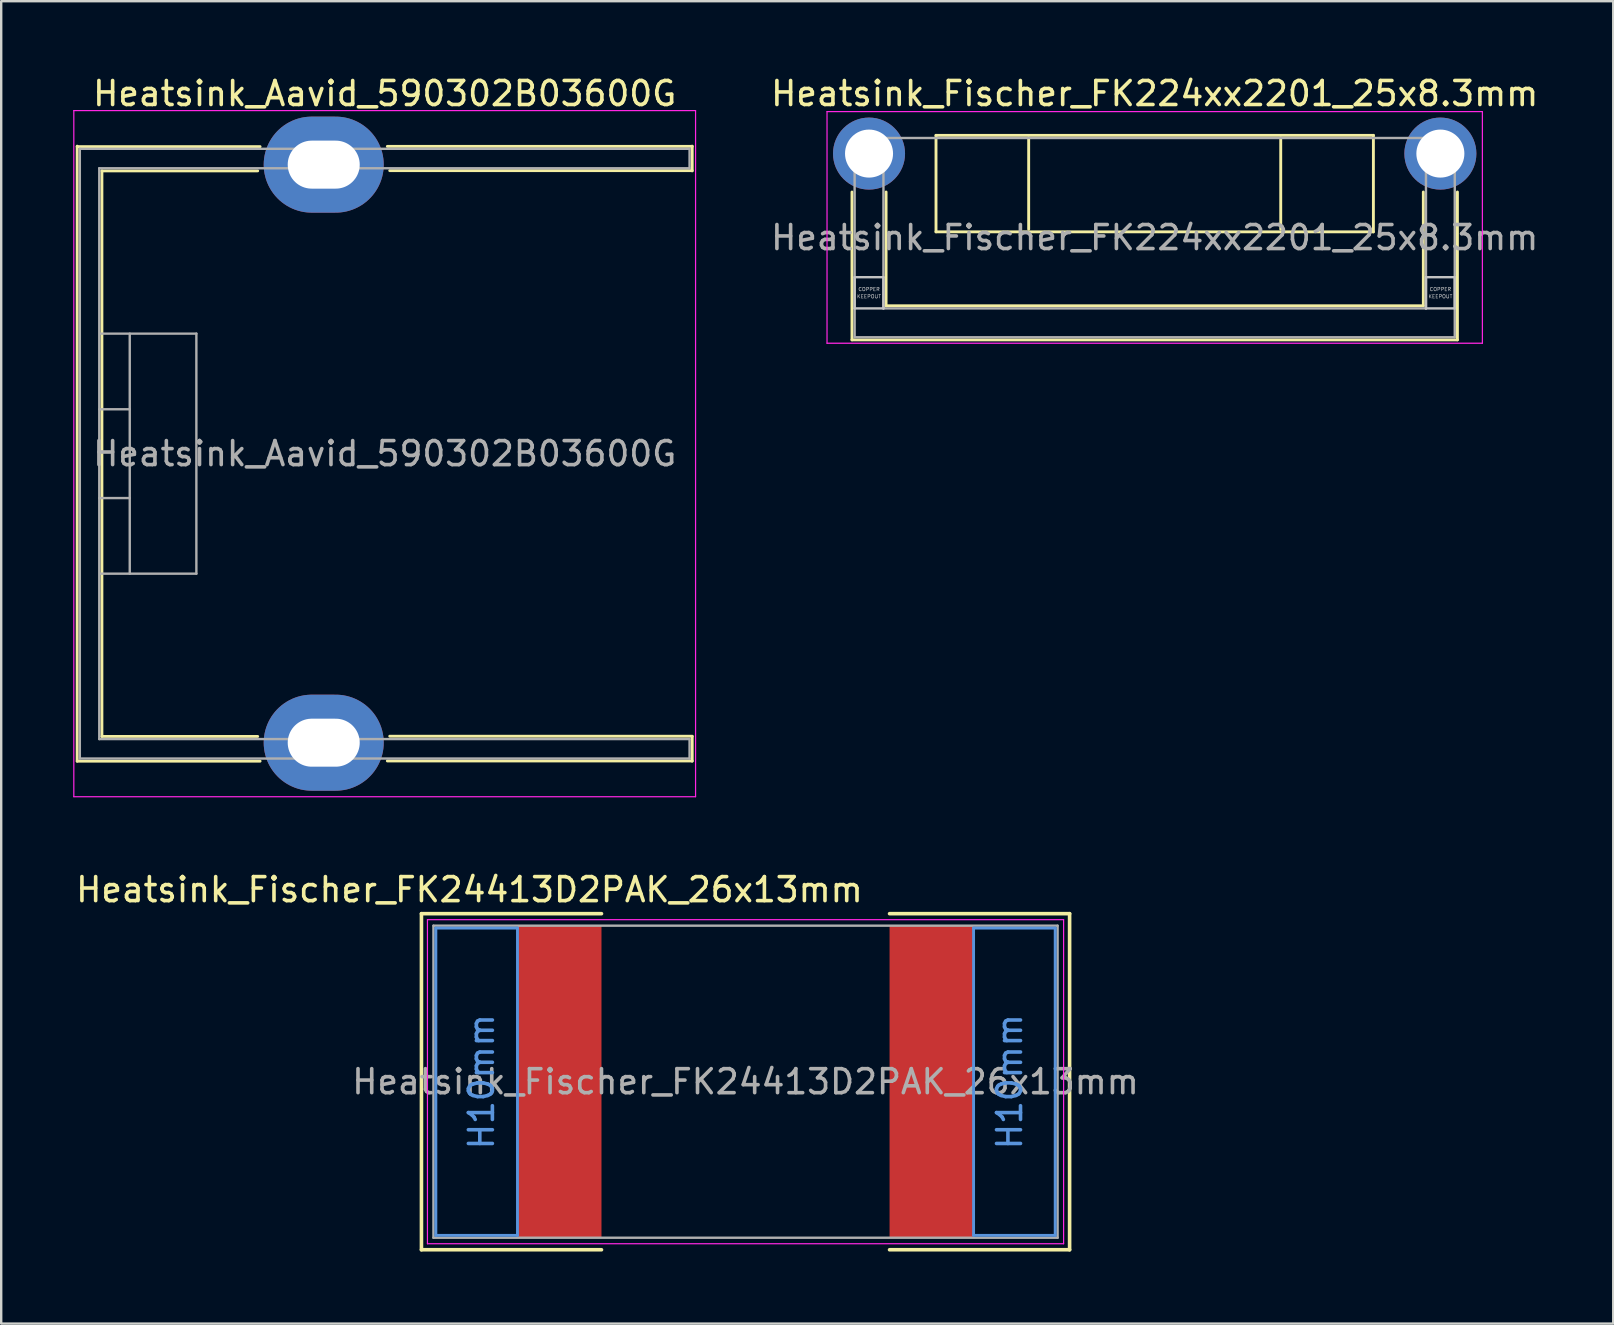
<source format=kicad_pcb>
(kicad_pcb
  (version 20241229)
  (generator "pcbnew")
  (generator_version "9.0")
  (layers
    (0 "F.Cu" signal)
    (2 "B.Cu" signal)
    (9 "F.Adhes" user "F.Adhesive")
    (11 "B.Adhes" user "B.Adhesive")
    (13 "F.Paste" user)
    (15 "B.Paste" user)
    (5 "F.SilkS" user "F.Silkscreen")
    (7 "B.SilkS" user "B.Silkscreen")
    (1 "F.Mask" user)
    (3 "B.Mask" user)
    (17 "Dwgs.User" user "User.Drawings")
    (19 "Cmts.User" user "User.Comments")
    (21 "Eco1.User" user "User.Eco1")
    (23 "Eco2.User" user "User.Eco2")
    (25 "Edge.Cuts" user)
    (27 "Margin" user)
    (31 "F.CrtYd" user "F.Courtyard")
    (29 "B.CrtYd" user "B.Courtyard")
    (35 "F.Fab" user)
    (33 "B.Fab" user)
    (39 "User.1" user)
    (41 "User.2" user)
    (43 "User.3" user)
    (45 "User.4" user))
  (footprint "Heatsink_Fischer_FK24413D2PAK_26x13mm"
    (layer "F.Cu")
    (at 28.006 42.011)
    (property "Reference" "Heatsink_Fischer_FK24413D2PAK_26x13mm" (at -11.5 -8 180) (layer "F.SilkS") (effects (font (size 1 1) (thickness 0.15))))
    (attr smd)
    (fp_line (start -13.5 -7) (end -6 -7) (stroke (width 0.15) (type solid)) (layer "F.SilkS"))
    (fp_line (start -13.5 7) (end -13.5 -7) (stroke (width 0.15) (type solid)) (layer "F.SilkS"))
    (fp_line (start -13.5 7) (end -6 7) (stroke (width 0.15) (type solid)) (layer "F.SilkS"))
    (fp_line (start 6 -7) (end 13.5 -7) (stroke (width 0.15) (type solid)) (layer "F.SilkS"))
    (fp_line (start 6 7) (end 13.5 7) (stroke (width 0.15) (type solid)) (layer "F.SilkS"))
    (fp_line (start 13.5 -7) (end 13.5 7) (stroke (width 0.15) (type solid)) (layer "F.SilkS"))
    (fp_line (start -12.9 -6.4) (end -9.5 -6.4) (stroke (width 0.12) (type solid)) (layer "Cmts.User"))
    (fp_line (start -12.9 6.4) (end -12.9 -6.4) (stroke (width 0.12) (type solid)) (layer "Cmts.User"))
    (fp_line (start -9.5 -6.4) (end -9.5 6.4) (stroke (width 0.12) (type solid)) (layer "Cmts.User"))
    (fp_line (start -9.5 6.4) (end -12.9 6.4) (stroke (width 0.12) (type solid)) (layer "Cmts.User"))
    (fp_line (start 9.5 6.4) (end 9.5 -6.4) (stroke (width 0.12) (type solid)) (layer "Cmts.User"))
    (fp_line (start 9.5 6.4) (end 12.9 6.4) (stroke (width 0.12) (type solid)) (layer "Cmts.User"))
    (fp_line (start 12.9 -6.4) (end 9.5 -6.4) (stroke (width 0.12) (type solid)) (layer "Cmts.User"))
    (fp_line (start 12.9 6.4) (end 12.9 -6.4) (stroke (width 0.12) (type solid)) (layer "Cmts.User"))
    (fp_line (start -13.25 -6.75) (end -13.25 6.75) (stroke (width 0.05) (type solid)) (layer "F.CrtYd"))
    (fp_line (start -13.25 -6.75) (end 13.25 -6.75) (stroke (width 0.05) (type solid)) (layer "F.CrtYd"))
    (fp_line (start 13.25 6.75) (end -13.25 6.75) (stroke (width 0.05) (type solid)) (layer "F.CrtYd"))
    (fp_line (start 13.25 6.75) (end 13.25 -6.75) (stroke (width 0.05) (type solid)) (layer "F.CrtYd"))
    (fp_line (start -13 -6.5) (end 13 -6.5) (stroke (width 0.1) (type solid)) (layer "F.Fab"))
    (fp_line (start -13 6.5) (end -13 -6.5) (stroke (width 0.1) (type solid)) (layer "F.Fab"))
    (fp_line (start 13 -6.5) (end 13 6.5) (stroke (width 0.1) (type solid)) (layer "F.Fab"))
    (fp_line (start 13 6.5) (end -13 6.5) (stroke (width 0.1) (type solid)) (layer "F.Fab"))
    (fp_text user "H10mm" (at -11 0 90) (layer "Cmts.User") (effects (font (size 1 1) (thickness 0.15))))
    (fp_text user "H10mm" (at 11 0 90) (layer "Cmts.User") (effects (font (size 1 1) (thickness 0.15))))
    (fp_text user "${REFERENCE}" (at 0 0 0) (layer "F.Fab") (effects (font (size 1 1) (thickness 0.15))))
    (pad "1" smd rect (at -6 0 180) (size 3.5 13) (drill (offset 1.75 0)) (layers "F.Cu" "F.Mask" "F.Paste"))
    (pad "1" smd rect (at 6 0) (size 3.5 13) (drill (offset 1.75 0)) (layers "F.Cu" "F.Mask" "F.Paste")))
  (footprint "Heatsink_Fischer_FK224xx2201_25x8.3mm"
    (layer "F.Cu")
    (at 33.151 3.348)
    (property "Reference" "Heatsink_Fischer_FK224xx2201_25x8.3mm" (at 11.9 -2.5 180) (layer "F.SilkS") (effects (font (size 1 1) (thickness 0.15))))
    (attr through_hole)
    (fp_line (start -0.71 1.6) (end -0.71 7.76) (stroke (width 0.12) (type solid)) (layer "F.SilkS"))
    (fp_line (start 0.71 1.6) (end 0.71 6.34) (stroke (width 0.12) (type solid)) (layer "F.SilkS"))
    (fp_line (start 2.79 -0.76) (end 2.79 3.26) (stroke (width 0.12) (type solid)) (layer "F.SilkS"))
    (fp_line (start 2.79 3.26) (end 21.01 3.26) (stroke (width 0.12) (type solid)) (layer "F.SilkS"))
    (fp_line (start 6.65 -0.65) (end 6.65 3.15) (stroke (width 0.12) (type solid)) (layer "F.SilkS"))
    (fp_line (start 17.15 -0.65) (end 17.15 3.15) (stroke (width 0.12) (type solid)) (layer "F.SilkS"))
    (fp_line (start 21.01 -0.76) (end 2.79 -0.76) (stroke (width 0.12) (type solid)) (layer "F.SilkS"))
    (fp_line (start 21.01 3.26) (end 21.01 -0.76) (stroke (width 0.12) (type solid)) (layer "F.SilkS"))
    (fp_line (start 23.09 1.6) (end 23.09 6.34) (stroke (width 0.12) (type solid)) (layer "F.SilkS"))
    (fp_line (start 23.09 6.34) (end 0.71 6.34) (stroke (width 0.12) (type solid)) (layer "F.SilkS"))
    (fp_line (start 24.51 1.6) (end 24.51 7.76) (stroke (width 0.12) (type solid)) (layer "F.SilkS"))
    (fp_line (start 24.51 7.76) (end -0.71 7.76) (stroke (width 0.12) (type solid)) (layer "F.SilkS"))
    (fp_line (start -0.6 5.15) (end 0.6 5.15) (stroke (width 0.1) (type solid)) (layer "Dwgs.User"))
    (fp_line (start -0.6 6.45) (end -0.6 5.15) (stroke (width 0.1) (type solid)) (layer "Dwgs.User"))
    (fp_line (start 0.6 5.15) (end 0.6 6.45) (stroke (width 0.1) (type solid)) (layer "Dwgs.User"))
    (fp_line (start 0.6 6.45) (end -0.6 6.45) (stroke (width 0.1) (type solid)) (layer "Dwgs.User"))
    (fp_line (start 23.2 5.15) (end 24.4 5.15) (stroke (width 0.1) (type solid)) (layer "Dwgs.User"))
    (fp_line (start 23.2 6.45) (end 23.2 5.15) (stroke (width 0.1) (type solid)) (layer "Dwgs.User"))
    (fp_line (start 24.4 5.15) (end 24.4 6.45) (stroke (width 0.1) (type solid)) (layer "Dwgs.User"))
    (fp_line (start 24.4 6.45) (end 23.2 6.45) (stroke (width 0.1) (type solid)) (layer "Dwgs.User"))
    (fp_line (start -1.75 -1.75) (end -1.75 7.9) (stroke (width 0.05) (type solid)) (layer "F.CrtYd"))
    (fp_line (start -1.75 -1.75) (end 25.55 -1.75) (stroke (width 0.05) (type solid)) (layer "F.CrtYd"))
    (fp_line (start 25.55 7.9) (end -1.75 7.9) (stroke (width 0.05) (type solid)) (layer "F.CrtYd"))
    (fp_line (start 25.55 7.9) (end 25.55 -1.75) (stroke (width 0.05) (type solid)) (layer "F.CrtYd"))
    (fp_line (start -0.6 -0.65) (end 24.4 -0.65) (stroke (width 0.1) (type solid)) (layer "F.Fab"))
    (fp_line (start -0.6 7.65) (end -0.6 -0.65) (stroke (width 0.1) (type solid)) (layer "F.Fab"))
    (fp_line (start 0.6 -0.65) (end 0.6 6.45) (stroke (width 0.1) (type solid)) (layer "F.Fab"))
    (fp_line (start 23.2 -0.65) (end 23.2 6.45) (stroke (width 0.1) (type solid)) (layer "F.Fab"))
    (fp_line (start 23.2 6.45) (end 0.6 6.45) (stroke (width 0.1) (type solid)) (layer "F.Fab"))
    (fp_line (start 24.4 -0.65) (end 24.4 7.65) (stroke (width 0.1) (type solid)) (layer "F.Fab"))
    (fp_line (start 24.4 7.65) (end -0.6 7.65) (stroke (width 0.1) (type solid)) (layer "F.Fab"))
    (fp_text user "COPPER" (at 23.8 5.65 0) (layer "Dwgs.User") (effects (font (size 0.15 0.15) (thickness 0.02))))
    (fp_text user "COPPER" (at 0 5.65 0) (layer "Dwgs.User") (effects (font (size 0.15 0.15) (thickness 0.02))))
    (fp_text user "KEEPOUT" (at 0 5.95 0) (layer "Dwgs.User") (effects (font (size 0.15 0.15) (thickness 0.02))))
    (fp_text user "KEEPOUT" (at 23.8 5.95 0) (layer "Dwgs.User") (effects (font (size 0.15 0.15) (thickness 0.02))))
    (fp_text user "${REFERENCE}" (at 11.9 3.5 0) (layer "F.Fab") (effects (font (size 1 1) (thickness 0.15))))
    (pad "1" thru_hole circle (at 0 0) (size 3 3) (drill 2) (layers "*.Cu" "*.Mask"))
    (pad "1" thru_hole circle (at 23.8 0) (size 3 3) (drill 2) (layers "*.Cu" "*.Mask")))
  (footprint "Heatsink_Aavid_590302B03600G"
    (layer "F.Cu")
    (at 10.435 3.808)
    (property "Reference" "Heatsink_Aavid_590302B03600G" (at 2.54 -2.96 0) (layer "F.SilkS") (effects (font (size 1 1) (thickness 0.15))))
    (attr through_hole)
    (fp_line (start -10.27 -0.77) (end -10.27 24.85) (stroke (width 0.12) (type solid)) (layer "F.SilkS"))
    (fp_line (start -10.27 -0.75) (end -2.65 -0.75) (stroke (width 0.12) (type solid)) (layer "F.SilkS"))
    (fp_line (start -10.27 24.85) (end -2.65 24.85) (stroke (width 0.12) (type solid)) (layer "F.SilkS"))
    (fp_line (start -9.24 0.26) (end -9.24 23.82) (stroke (width 0.12) (type solid)) (layer "F.SilkS"))
    (fp_line (start -9.24 0.26) (end -2.75 0.26) (stroke (width 0.12) (type solid)) (layer "F.SilkS"))
    (fp_line (start -9.24 23.82) (end -2.75 23.82) (stroke (width 0.12) (type solid)) (layer "F.SilkS"))
    (fp_line (start 2.65 -0.76) (end 15.35 -0.76) (stroke (width 0.12) (type solid)) (layer "F.SilkS"))
    (fp_line (start 2.65 24.84) (end 15.35 24.84) (stroke (width 0.12) (type solid)) (layer "F.SilkS"))
    (fp_line (start 2.75 0.25) (end 15.35 0.25) (stroke (width 0.12) (type solid)) (layer "F.SilkS"))
    (fp_line (start 2.75 23.81) (end 15.35 23.81) (stroke (width 0.12) (type solid)) (layer "F.SilkS"))
    (fp_line (start 15.35 -0.77) (end 15.35 0.26) (stroke (width 0.12) (type solid)) (layer "F.SilkS"))
    (fp_line (start 15.35 24.85) (end 15.35 23.82) (stroke (width 0.12) (type solid)) (layer "F.SilkS"))
    (fp_line (start -10.41 -2.25) (end -10.41 26.33) (stroke (width 0.05) (type solid)) (layer "F.CrtYd"))
    (fp_line (start -10.41 26.33) (end 15.49 26.33) (stroke (width 0.05) (type solid)) (layer "F.CrtYd"))
    (fp_line (start 15.49 -2.25) (end -10.41 -2.25) (stroke (width 0.05) (type solid)) (layer "F.CrtYd"))
    (fp_line (start 15.49 -2.25) (end 15.49 26.33) (stroke (width 0.05) (type solid)) (layer "F.CrtYd"))
    (fp_line (start -10.16 -0.66) (end -10.16 24.74) (stroke (width 0.1) (type solid)) (layer "F.Fab"))
    (fp_line (start -10.16 -0.66) (end 15.24 -0.66) (stroke (width 0.1) (type solid)) (layer "F.Fab"))
    (fp_line (start -9.35 0.15) (end -9.35 23.93) (stroke (width 0.1) (type solid)) (layer "F.Fab"))
    (fp_line (start -9.35 0.15) (end 15.24 0.15) (stroke (width 0.1) (type solid)) (layer "F.Fab"))
    (fp_line (start -9.35 10.19) (end -8.08 10.19) (stroke (width 0.1) (type solid)) (layer "F.Fab"))
    (fp_line (start -9.35 13.89) (end -8.08 13.89) (stroke (width 0.1) (type solid)) (layer "F.Fab"))
    (fp_line (start -9.305 7.04) (end -5.305 7.04) (stroke (width 0.1) (type solid)) (layer "F.Fab"))
    (fp_line (start -8.08 7.04) (end -8.08 17.04) (stroke (width 0.1) (type solid)) (layer "F.Fab"))
    (fp_line (start -5.305 7.04) (end -5.305 17.04) (stroke (width 0.1) (type solid)) (layer "F.Fab"))
    (fp_line (start -5.305 17.04) (end -9.305 17.04) (stroke (width 0.1) (type solid)) (layer "F.Fab"))
    (fp_line (start 15.24 -0.66) (end 15.24 0.15) (stroke (width 0.1) (type solid)) (layer "F.Fab"))
    (fp_line (start 15.24 23.93) (end -9.35 23.93) (stroke (width 0.1) (type solid)) (layer "F.Fab"))
    (fp_line (start 15.24 23.93) (end 15.24 24.74) (stroke (width 0.1) (type solid)) (layer "F.Fab"))
    (fp_line (start 15.24 24.74) (end -10.155 24.74) (stroke (width 0.1) (type solid)) (layer "F.Fab"))
    (fp_text user "${REFERENCE}" (at 2.54 12.04 0) (layer "F.Fab") (effects (font (size 1 1) (thickness 0.15))))
    (pad "1" thru_hole oval (at 0 0) (size 5 4) (drill oval 3 2) (layers "*.Cu" "*.Mask"))
    (pad "2" thru_hole oval (at 0 24.08) (size 5 4) (drill oval 3 2) (layers "*.Cu" "*.Mask")))
  (gr_rect
    (start -3 -3)
    (end 64.152 52.087)
    (stroke (width 0.1) (type default))
    (fill no)
    (layer "Edge.Cuts")))
</source>
